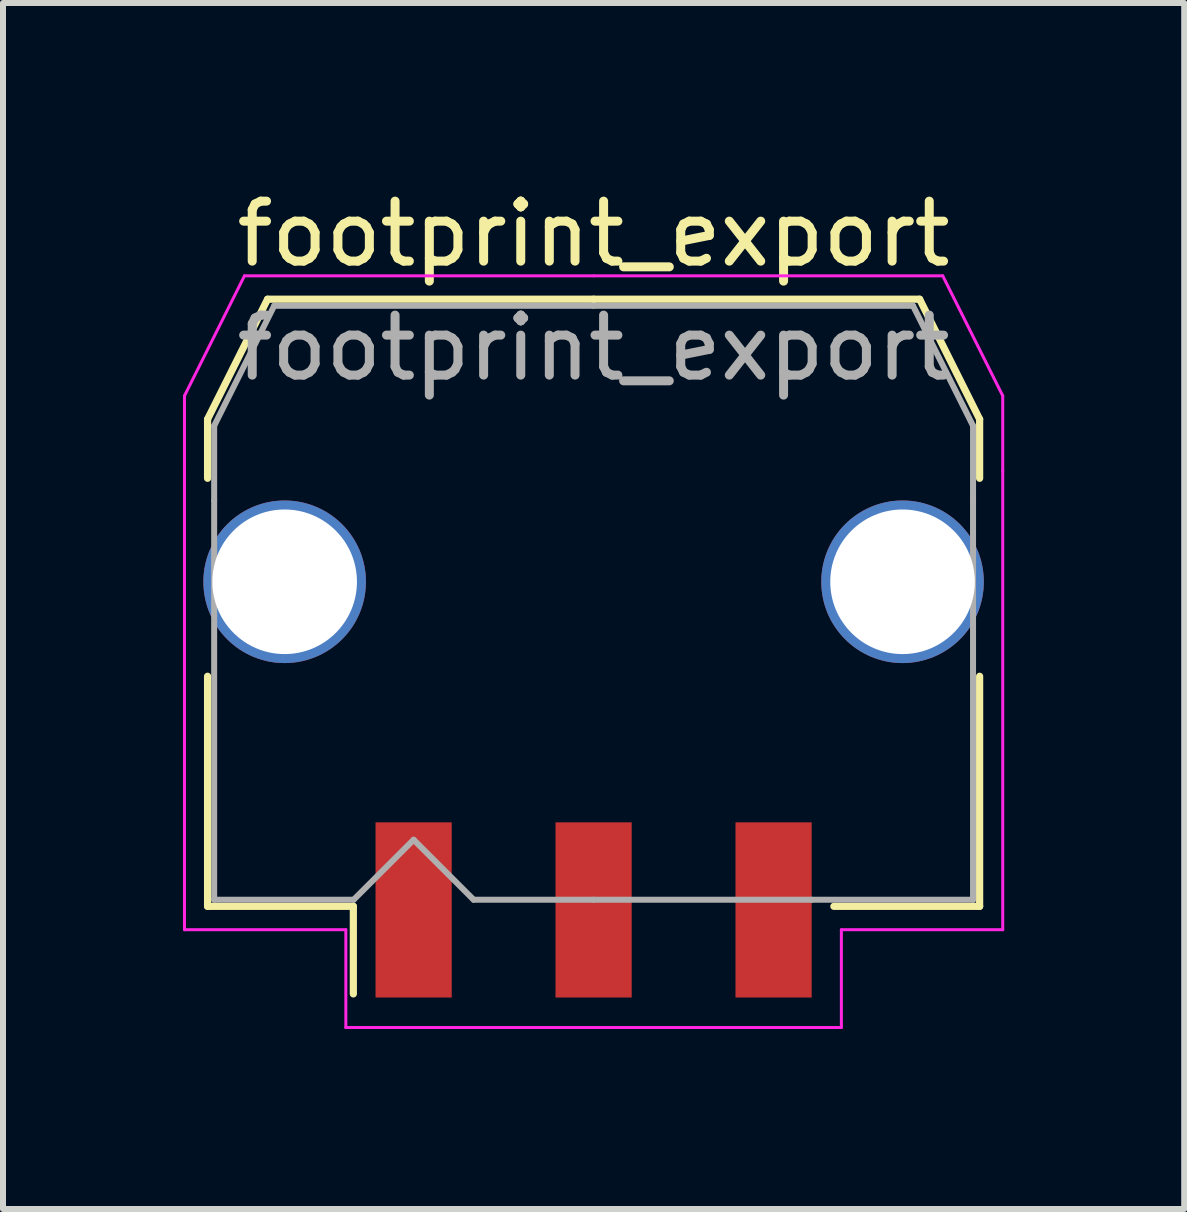
<source format=kicad_pcb>
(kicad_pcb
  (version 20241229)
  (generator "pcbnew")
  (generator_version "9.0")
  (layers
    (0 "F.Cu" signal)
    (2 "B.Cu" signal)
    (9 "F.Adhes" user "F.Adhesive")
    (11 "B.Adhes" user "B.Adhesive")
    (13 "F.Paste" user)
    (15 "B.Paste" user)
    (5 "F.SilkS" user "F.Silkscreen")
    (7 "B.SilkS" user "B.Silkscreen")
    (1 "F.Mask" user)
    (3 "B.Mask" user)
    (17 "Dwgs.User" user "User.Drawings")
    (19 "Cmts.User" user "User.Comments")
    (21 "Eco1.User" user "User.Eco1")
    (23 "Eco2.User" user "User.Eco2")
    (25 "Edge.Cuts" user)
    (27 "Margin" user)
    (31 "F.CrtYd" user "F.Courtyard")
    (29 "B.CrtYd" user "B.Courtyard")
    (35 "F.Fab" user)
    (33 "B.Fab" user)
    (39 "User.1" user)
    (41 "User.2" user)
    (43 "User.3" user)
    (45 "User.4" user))
  (footprint "footprint_export"
    (layer "F.Cu")
    (at 6.845 6.998)
    (property "Reference" "footprint_export" (at 0 -6.15 0) (layer "F.SilkS") (effects (font (size 1 1) (thickness 0.15))))
    (attr smd)
    (fp_line (start -6.435 -3.06) (end -6.435 -2.075) (stroke (width 0.12) (type solid)) (layer "F.SilkS"))
    (fp_line (start -6.435 1.225) (end -6.435 5.06) (stroke (width 0.12) (type solid)) (layer "F.SilkS"))
    (fp_line (start -6.435 5.06) (end -4.005 5.06) (stroke (width 0.12) (type solid)) (layer "F.SilkS"))
    (fp_line (start -5.435 -5.06) (end -6.435 -3.06) (stroke (width 0.12) (type solid)) (layer "F.SilkS"))
    (fp_line (start -4.005 5.06) (end -4.005 6.52) (stroke (width 0.12) (type solid)) (layer "F.SilkS"))
    (fp_line (start 0 -5.06) (end -5.435 -5.06) (stroke (width 0.12) (type solid)) (layer "F.SilkS"))
    (fp_line (start 0 -5.06) (end 5.435 -5.06) (stroke (width 0.12) (type solid)) (layer "F.SilkS"))
    (fp_line (start 5.435 -5.06) (end 6.435 -3.06) (stroke (width 0.12) (type solid)) (layer "F.SilkS"))
    (fp_line (start 6.435 -3.06) (end 6.435 -2.075) (stroke (width 0.12) (type solid)) (layer "F.SilkS"))
    (fp_line (start 6.435 1.225) (end 6.435 5.06) (stroke (width 0.12) (type solid)) (layer "F.SilkS"))
    (fp_line (start 6.435 5.06) (end 4.005 5.06) (stroke (width 0.12) (type solid)) (layer "F.SilkS"))
    (fp_line (start -6.82 -3.45) (end -6.82 -2.2) (stroke (width 0.05) (type solid)) (layer "F.CrtYd"))
    (fp_line (start -6.82 -2.2) (end -6.82 5.45) (stroke (width 0.05) (type solid)) (layer "F.CrtYd"))
    (fp_line (start -6.82 5.45) (end -4.13 5.45) (stroke (width 0.05) (type solid)) (layer "F.CrtYd"))
    (fp_line (start -5.82 -5.45) (end -6.82 -3.45) (stroke (width 0.05) (type solid)) (layer "F.CrtYd"))
    (fp_line (start -4.13 5.45) (end -4.13 7.08) (stroke (width 0.05) (type solid)) (layer "F.CrtYd"))
    (fp_line (start -4.13 7.08) (end 0 7.08) (stroke (width 0.05) (type solid)) (layer "F.CrtYd"))
    (fp_line (start 0 -5.45) (end -5.82 -5.45) (stroke (width 0.05) (type solid)) (layer "F.CrtYd"))
    (fp_line (start 0 -5.45) (end 5.82 -5.45) (stroke (width 0.05) (type solid)) (layer "F.CrtYd"))
    (fp_line (start 4.13 5.45) (end 4.13 7.08) (stroke (width 0.05) (type solid)) (layer "F.CrtYd"))
    (fp_line (start 4.13 7.08) (end 0 7.08) (stroke (width 0.05) (type solid)) (layer "F.CrtYd"))
    (fp_line (start 5.82 -5.45) (end 6.82 -3.45) (stroke (width 0.05) (type solid)) (layer "F.CrtYd"))
    (fp_line (start 6.82 -3.45) (end 6.82 -2.2) (stroke (width 0.05) (type solid)) (layer "F.CrtYd"))
    (fp_line (start 6.82 -2.2) (end 6.82 5.45) (stroke (width 0.05) (type solid)) (layer "F.CrtYd"))
    (fp_line (start 6.82 5.45) (end 4.13 5.45) (stroke (width 0.05) (type solid)) (layer "F.CrtYd"))
    (fp_line (start -6.325 -2.95) (end -6.325 -1.705) (stroke (width 0.1) (type solid)) (layer "F.Fab"))
    (fp_line (start -6.325 -1.705) (end -6.325 4.95) (stroke (width 0.1) (type solid)) (layer "F.Fab"))
    (fp_line (start -6.325 4.95) (end -4 4.95) (stroke (width 0.1) (type solid)) (layer "F.Fab"))
    (fp_line (start -5.325 -4.95) (end -6.325 -2.95) (stroke (width 0.1) (type solid)) (layer "F.Fab"))
    (fp_line (start -4 4.95) (end -3 3.95) (stroke (width 0.1) (type solid)) (layer "F.Fab"))
    (fp_line (start -3 3.95) (end -2 4.95) (stroke (width 0.1) (type solid)) (layer "F.Fab"))
    (fp_line (start -2 4.95) (end 0 4.95) (stroke (width 0.1) (type solid)) (layer "F.Fab"))
    (fp_line (start 0 -4.95) (end -5.325 -4.95) (stroke (width 0.1) (type solid)) (layer "F.Fab"))
    (fp_line (start 0 -4.95) (end 5.325 -4.95) (stroke (width 0.1) (type solid)) (layer "F.Fab"))
    (fp_line (start 3.635 4.95) (end 0 4.95) (stroke (width 0.1) (type solid)) (layer "F.Fab"))
    (fp_line (start 5.325 -4.95) (end 6.325 -2.95) (stroke (width 0.1) (type solid)) (layer "F.Fab"))
    (fp_line (start 6.325 -2.95) (end 6.325 -1.705) (stroke (width 0.1) (type solid)) (layer "F.Fab"))
    (fp_line (start 6.325 -1.705) (end 6.325 4.95) (stroke (width 0.1) (type solid)) (layer "F.Fab"))
    (fp_line (start 6.325 4.95) (end 3.635 4.95) (stroke (width 0.1) (type solid)) (layer "F.Fab"))
    (fp_text user "${REFERENCE}" (at 0 -4.25 0) (layer "F.Fab") (effects (font (size 1 1) (thickness 0.15))))
    (pad "1" smd rect (at -3 5.12) (size 1.27 2.92) (layers "F.Cu" "F.Mask" "F.Paste"))
    (pad "2" smd rect (at 0 5.12) (size 1.27 2.92) (layers "F.Cu" "F.Mask" "F.Paste"))
    (pad "3" smd rect (at 3 5.12) (size 1.27 2.92) (layers "F.Cu" "F.Mask" "F.Paste"))
    (pad "MP" thru_hole circle (at -5.15 -0.35) (size 2.71 2.71) (drill 2.41) (layers "*.Cu" "*.Mask"))
    (pad "MP" thru_hole circle (at 5.15 -0.35) (size 2.71 2.71) (drill 2.41) (layers "*.Cu" "*.Mask")))
  (gr_rect
    (start -3 -3)
    (end 16.69 17.103)
    (stroke (width 0.1) (type default))
    (fill no)
    (layer "Edge.Cuts")))
</source>
